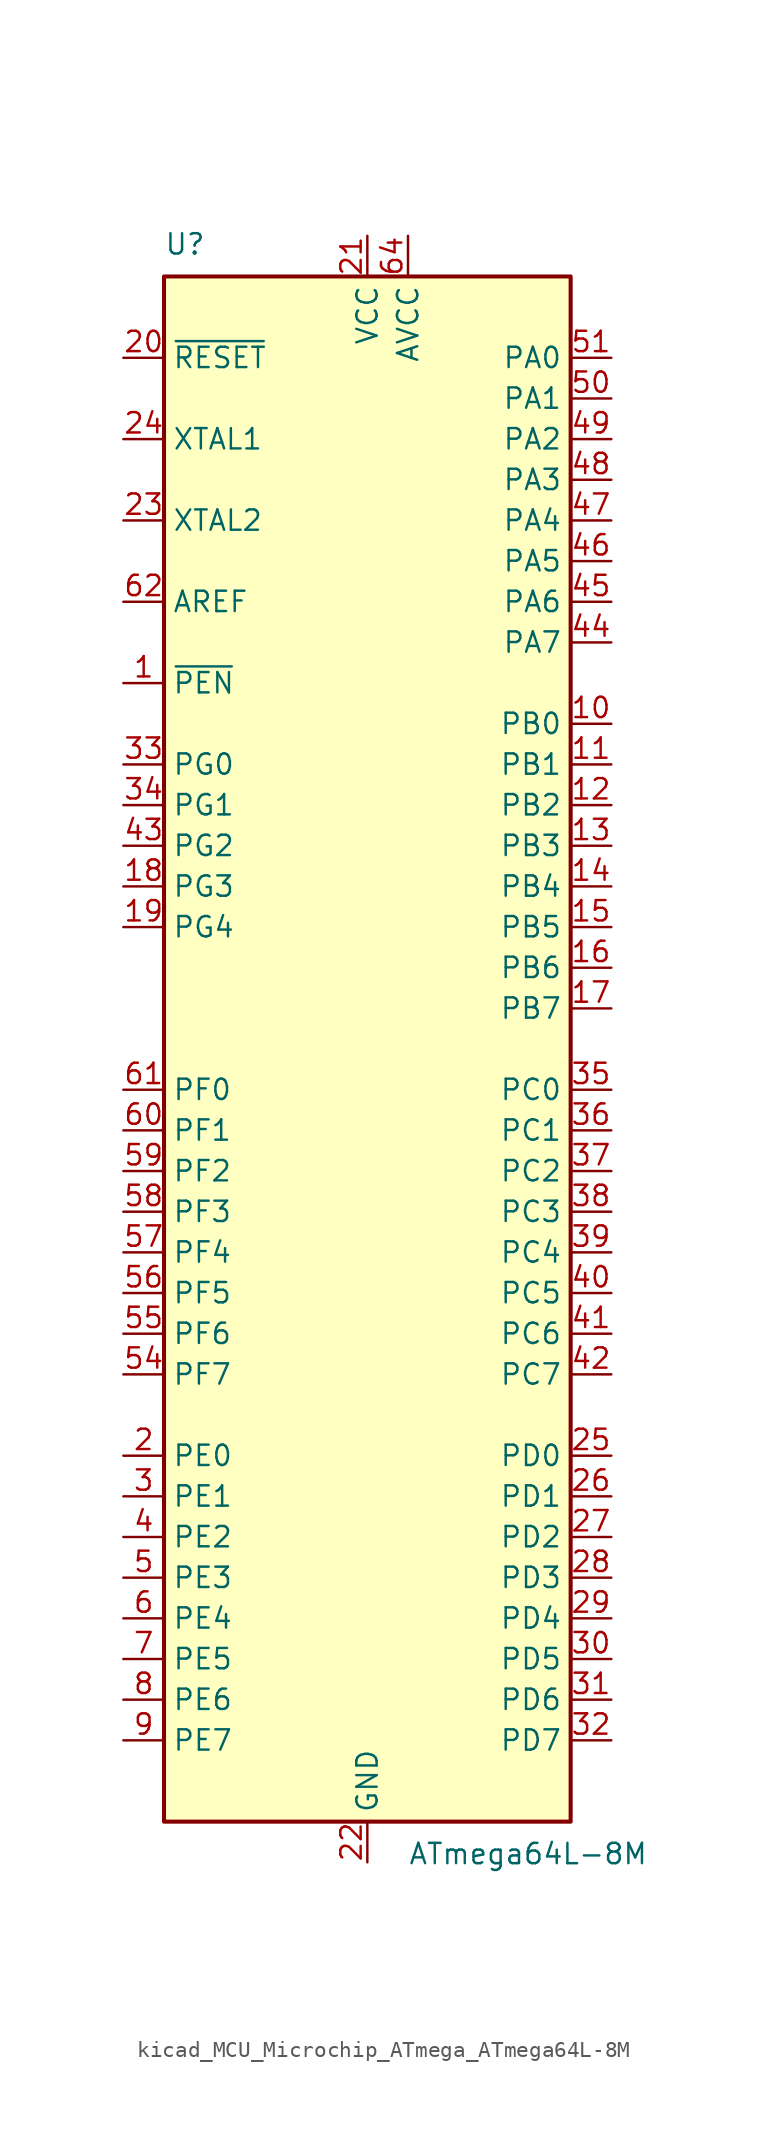
<source format=kicad_sym>
(kicad_symbol_lib
  (version 20220914)
  (generator kicad_symbol_editor)
  (symbol "kicad_MCU_Microchip_ATmega_ATmega64L-8M"
    (property "Reference" "U"
      (at -12.7 49.53 0)
      (effects (font (size 1.27 1.27)) (justify left bottom)))
    (property "Value" "ATmega64L-8M"
      (at 2.54 -49.53 0)
      (effects (font (size 1.27 1.27)) (justify left top)))
    (symbol "kicad_MCU_Microchip_ATmega_ATmega64L-8M_0_1"
      (rectangle (start -12.7 -48.26) (end 12.7 48.26) (stroke (width 0.254) (type default)) (fill (type background))))
    (symbol "kicad_MCU_Microchip_ATmega_ATmega64L-8M_1_1"
      (pin input line (at -15.24 22.86 0) (length 2.54) (name "~{PEN}" (effects (font (size 1.27 1.27)))) (number "1" (effects (font (size 1.27 1.27)))))
      (pin bidirectional line (at 15.24 20.32 180) (length 2.54) (name "PB0" (effects (font (size 1.27 1.27)))) (number "10" (effects (font (size 1.27 1.27)))))
      (pin bidirectional line (at 15.24 17.78 180) (length 2.54) (name "PB1" (effects (font (size 1.27 1.27)))) (number "11" (effects (font (size 1.27 1.27)))))
      (pin bidirectional line (at 15.24 15.24 180) (length 2.54) (name "PB2" (effects (font (size 1.27 1.27)))) (number "12" (effects (font (size 1.27 1.27)))))
      (pin bidirectional line (at 15.24 12.7 180) (length 2.54) (name "PB3" (effects (font (size 1.27 1.27)))) (number "13" (effects (font (size 1.27 1.27)))))
      (pin bidirectional line (at 15.24 10.16 180) (length 2.54) (name "PB4" (effects (font (size 1.27 1.27)))) (number "14" (effects (font (size 1.27 1.27)))))
      (pin bidirectional line (at 15.24 7.62 180) (length 2.54) (name "PB5" (effects (font (size 1.27 1.27)))) (number "15" (effects (font (size 1.27 1.27)))))
      (pin bidirectional line (at 15.24 5.08 180) (length 2.54) (name "PB6" (effects (font (size 1.27 1.27)))) (number "16" (effects (font (size 1.27 1.27)))))
      (pin bidirectional line (at 15.24 2.54 180) (length 2.54) (name "PB7" (effects (font (size 1.27 1.27)))) (number "17" (effects (font (size 1.27 1.27)))))
      (pin bidirectional line (at -15.24 10.16 0) (length 2.54) (name "PG3" (effects (font (size 1.27 1.27)))) (number "18" (effects (font (size 1.27 1.27)))))
      (pin bidirectional line (at -15.24 7.62 0) (length 2.54) (name "PG4" (effects (font (size 1.27 1.27)))) (number "19" (effects (font (size 1.27 1.27)))))
      (pin bidirectional line (at -15.24 -25.4 0) (length 2.54) (name "PE0" (effects (font (size 1.27 1.27)))) (number "2" (effects (font (size 1.27 1.27)))))
      (pin input line (at -15.24 43.18 0) (length 2.54) (name "~{RESET}" (effects (font (size 1.27 1.27)))) (number "20" (effects (font (size 1.27 1.27)))))
      (pin power_in line (at 0 50.8 270) (length 2.54) (name "VCC" (effects (font (size 1.27 1.27)))) (number "21" (effects (font (size 1.27 1.27)))))
      (pin power_in line (at 0 -50.8 90) (length 2.54) (name "GND" (effects (font (size 1.27 1.27)))) (number "22" (effects (font (size 1.27 1.27)))))
      (pin output line (at -15.24 33.02 0) (length 2.54) (name "XTAL2" (effects (font (size 1.27 1.27)))) (number "23" (effects (font (size 1.27 1.27)))))
      (pin input line (at -15.24 38.1 0) (length 2.54) (name "XTAL1" (effects (font (size 1.27 1.27)))) (number "24" (effects (font (size 1.27 1.27)))))
      (pin bidirectional line (at 15.24 -25.4 180) (length 2.54) (name "PD0" (effects (font (size 1.27 1.27)))) (number "25" (effects (font (size 1.27 1.27)))))
      (pin bidirectional line (at 15.24 -27.94 180) (length 2.54) (name "PD1" (effects (font (size 1.27 1.27)))) (number "26" (effects (font (size 1.27 1.27)))))
      (pin bidirectional line (at 15.24 -30.48 180) (length 2.54) (name "PD2" (effects (font (size 1.27 1.27)))) (number "27" (effects (font (size 1.27 1.27)))))
      (pin bidirectional line (at 15.24 -33.02 180) (length 2.54) (name "PD3" (effects (font (size 1.27 1.27)))) (number "28" (effects (font (size 1.27 1.27)))))
      (pin bidirectional line (at 15.24 -35.56 180) (length 2.54) (name "PD4" (effects (font (size 1.27 1.27)))) (number "29" (effects (font (size 1.27 1.27)))))
      (pin bidirectional line (at -15.24 -27.94 0) (length 2.54) (name "PE1" (effects (font (size 1.27 1.27)))) (number "3" (effects (font (size 1.27 1.27)))))
      (pin bidirectional line (at 15.24 -38.1 180) (length 2.54) (name "PD5" (effects (font (size 1.27 1.27)))) (number "30" (effects (font (size 1.27 1.27)))))
      (pin bidirectional line (at 15.24 -40.64 180) (length 2.54) (name "PD6" (effects (font (size 1.27 1.27)))) (number "31" (effects (font (size 1.27 1.27)))))
      (pin bidirectional line (at 15.24 -43.18 180) (length 2.54) (name "PD7" (effects (font (size 1.27 1.27)))) (number "32" (effects (font (size 1.27 1.27)))))
      (pin bidirectional line (at -15.24 17.78 0) (length 2.54) (name "PG0" (effects (font (size 1.27 1.27)))) (number "33" (effects (font (size 1.27 1.27)))))
      (pin bidirectional line (at -15.24 15.24 0) (length 2.54) (name "PG1" (effects (font (size 1.27 1.27)))) (number "34" (effects (font (size 1.27 1.27)))))
      (pin bidirectional line (at 15.24 -2.54 180) (length 2.54) (name "PC0" (effects (font (size 1.27 1.27)))) (number "35" (effects (font (size 1.27 1.27)))))
      (pin bidirectional line (at 15.24 -5.08 180) (length 2.54) (name "PC1" (effects (font (size 1.27 1.27)))) (number "36" (effects (font (size 1.27 1.27)))))
      (pin bidirectional line (at 15.24 -7.62 180) (length 2.54) (name "PC2" (effects (font (size 1.27 1.27)))) (number "37" (effects (font (size 1.27 1.27)))))
      (pin bidirectional line (at 15.24 -10.16 180) (length 2.54) (name "PC3" (effects (font (size 1.27 1.27)))) (number "38" (effects (font (size 1.27 1.27)))))
      (pin bidirectional line (at 15.24 -12.7 180) (length 2.54) (name "PC4" (effects (font (size 1.27 1.27)))) (number "39" (effects (font (size 1.27 1.27)))))
      (pin bidirectional line (at -15.24 -30.48 0) (length 2.54) (name "PE2" (effects (font (size 1.27 1.27)))) (number "4" (effects (font (size 1.27 1.27)))))
      (pin bidirectional line (at 15.24 -15.24 180) (length 2.54) (name "PC5" (effects (font (size 1.27 1.27)))) (number "40" (effects (font (size 1.27 1.27)))))
      (pin bidirectional line (at 15.24 -17.78 180) (length 2.54) (name "PC6" (effects (font (size 1.27 1.27)))) (number "41" (effects (font (size 1.27 1.27)))))
      (pin bidirectional line (at 15.24 -20.32 180) (length 2.54) (name "PC7" (effects (font (size 1.27 1.27)))) (number "42" (effects (font (size 1.27 1.27)))))
      (pin bidirectional line (at -15.24 12.7 0) (length 2.54) (name "PG2" (effects (font (size 1.27 1.27)))) (number "43" (effects (font (size 1.27 1.27)))))
      (pin bidirectional line (at 15.24 25.4 180) (length 2.54) (name "PA7" (effects (font (size 1.27 1.27)))) (number "44" (effects (font (size 1.27 1.27)))))
      (pin bidirectional line (at 15.24 27.94 180) (length 2.54) (name "PA6" (effects (font (size 1.27 1.27)))) (number "45" (effects (font (size 1.27 1.27)))))
      (pin bidirectional line (at 15.24 30.48 180) (length 2.54) (name "PA5" (effects (font (size 1.27 1.27)))) (number "46" (effects (font (size 1.27 1.27)))))
      (pin bidirectional line (at 15.24 33.02 180) (length 2.54) (name "PA4" (effects (font (size 1.27 1.27)))) (number "47" (effects (font (size 1.27 1.27)))))
      (pin bidirectional line (at 15.24 35.56 180) (length 2.54) (name "PA3" (effects (font (size 1.27 1.27)))) (number "48" (effects (font (size 1.27 1.27)))))
      (pin bidirectional line (at 15.24 38.1 180) (length 2.54) (name "PA2" (effects (font (size 1.27 1.27)))) (number "49" (effects (font (size 1.27 1.27)))))
      (pin bidirectional line (at -15.24 -33.02 0) (length 2.54) (name "PE3" (effects (font (size 1.27 1.27)))) (number "5" (effects (font (size 1.27 1.27)))))
      (pin bidirectional line (at 15.24 40.64 180) (length 2.54) (name "PA1" (effects (font (size 1.27 1.27)))) (number "50" (effects (font (size 1.27 1.27)))))
      (pin bidirectional line (at 15.24 43.18 180) (length 2.54) (name "PA0" (effects (font (size 1.27 1.27)))) (number "51" (effects (font (size 1.27 1.27)))))
      (pin passive line (at 0 50.8 270) (length 2.54) hide (name "VCC" (effects (font (size 1.27 1.27)))) (number "52" (effects (font (size 1.27 1.27)))))
      (pin passive line (at 0 -50.8 90) (length 2.54) hide (name "GND" (effects (font (size 1.27 1.27)))) (number "53" (effects (font (size 1.27 1.27)))))
      (pin bidirectional line (at -15.24 -20.32 0) (length 2.54) (name "PF7" (effects (font (size 1.27 1.27)))) (number "54" (effects (font (size 1.27 1.27)))))
      (pin bidirectional line (at -15.24 -17.78 0) (length 2.54) (name "PF6" (effects (font (size 1.27 1.27)))) (number "55" (effects (font (size 1.27 1.27)))))
      (pin bidirectional line (at -15.24 -15.24 0) (length 2.54) (name "PF5" (effects (font (size 1.27 1.27)))) (number "56" (effects (font (size 1.27 1.27)))))
      (pin bidirectional line (at -15.24 -12.7 0) (length 2.54) (name "PF4" (effects (font (size 1.27 1.27)))) (number "57" (effects (font (size 1.27 1.27)))))
      (pin bidirectional line (at -15.24 -10.16 0) (length 2.54) (name "PF3" (effects (font (size 1.27 1.27)))) (number "58" (effects (font (size 1.27 1.27)))))
      (pin bidirectional line (at -15.24 -7.62 0) (length 2.54) (name "PF2" (effects (font (size 1.27 1.27)))) (number "59" (effects (font (size 1.27 1.27)))))
      (pin bidirectional line (at -15.24 -35.56 0) (length 2.54) (name "PE4" (effects (font (size 1.27 1.27)))) (number "6" (effects (font (size 1.27 1.27)))))
      (pin bidirectional line (at -15.24 -5.08 0) (length 2.54) (name "PF1" (effects (font (size 1.27 1.27)))) (number "60" (effects (font (size 1.27 1.27)))))
      (pin bidirectional line (at -15.24 -2.54 0) (length 2.54) (name "PF0" (effects (font (size 1.27 1.27)))) (number "61" (effects (font (size 1.27 1.27)))))
      (pin passive line (at -15.24 27.94 0) (length 2.54) (name "AREF" (effects (font (size 1.27 1.27)))) (number "62" (effects (font (size 1.27 1.27)))))
      (pin passive line (at 0 -50.8 90) (length 2.54) hide (name "GND" (effects (font (size 1.27 1.27)))) (number "63" (effects (font (size 1.27 1.27)))))
      (pin power_in line (at 2.54 50.8 270) (length 2.54) (name "AVCC" (effects (font (size 1.27 1.27)))) (number "64" (effects (font (size 1.27 1.27)))))
      (pin passive line (at 0 -50.8 90) (length 2.54) hide (name "GND" (effects (font (size 1.27 1.27)))) (number "65" (effects (font (size 1.27 1.27)))))
      (pin bidirectional line (at -15.24 -38.1 0) (length 2.54) (name "PE5" (effects (font (size 1.27 1.27)))) (number "7" (effects (font (size 1.27 1.27)))))
      (pin bidirectional line (at -15.24 -40.64 0) (length 2.54) (name "PE6" (effects (font (size 1.27 1.27)))) (number "8" (effects (font (size 1.27 1.27)))))
      (pin bidirectional line (at -15.24 -43.18 0) (length 2.54) (name "PE7" (effects (font (size 1.27 1.27)))) (number "9" (effects (font (size 1.27 1.27))))))))
</source>
